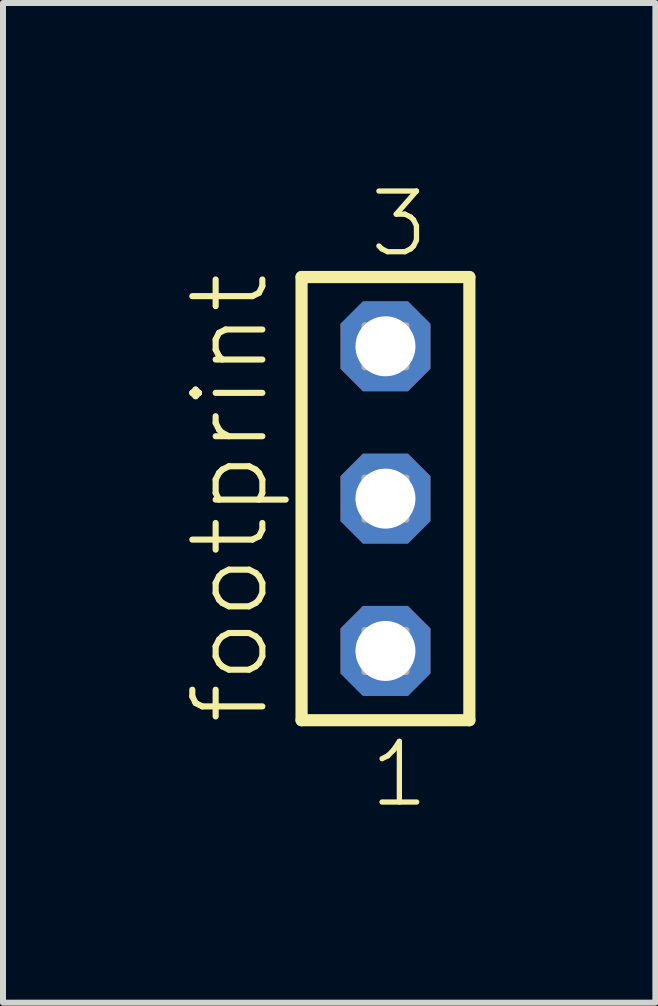
<source format=kicad_pcb>
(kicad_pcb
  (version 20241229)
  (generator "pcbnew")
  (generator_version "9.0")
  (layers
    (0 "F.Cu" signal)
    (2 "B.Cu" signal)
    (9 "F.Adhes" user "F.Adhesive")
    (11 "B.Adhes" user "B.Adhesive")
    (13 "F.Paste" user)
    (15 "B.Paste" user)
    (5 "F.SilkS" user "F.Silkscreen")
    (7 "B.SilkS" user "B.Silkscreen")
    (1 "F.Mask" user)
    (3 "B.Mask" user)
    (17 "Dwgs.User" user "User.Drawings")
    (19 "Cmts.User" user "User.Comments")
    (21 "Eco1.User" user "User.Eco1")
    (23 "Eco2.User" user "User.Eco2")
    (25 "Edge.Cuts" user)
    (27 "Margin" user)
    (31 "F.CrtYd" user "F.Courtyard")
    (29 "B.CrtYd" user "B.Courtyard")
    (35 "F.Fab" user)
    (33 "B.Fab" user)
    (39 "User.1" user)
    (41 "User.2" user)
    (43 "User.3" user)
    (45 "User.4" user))
  (footprint "footprint"
    (layer "F.Cu")
    (at 3.378 5.265)
    (property "Reference" "footprint" (at -1.905 3.81 90) (layer "F.SilkS") (effects (font (size 1.168 1.168) (thickness 0.102)) (justify left bottom)))
    (fp_line (start -1.399 -3.695) (end 1.399 -3.695) (stroke (width 0.203) (type solid)) (layer "F.SilkS"))
    (fp_line (start -1.399 3.695) (end -1.399 -3.695) (stroke (width 0.203) (type solid)) (layer "F.SilkS"))
    (fp_line (start 1.399 -3.695) (end 1.399 3.695) (stroke (width 0.203) (type solid)) (layer "F.SilkS"))
    (fp_line (start 1.399 3.695) (end -1.399 3.695) (stroke (width 0.203) (type solid)) (layer "F.SilkS"))
    (fp_poly (pts (xy -0.35 -2.19) (xy 0.35 -2.19) (xy 0.35 -2.89) (xy -0.35 -2.89)) (stroke (width 0.1) (type solid)) (fill no) (layer "F.Fab"))
    (fp_poly (pts (xy -0.35 0.35) (xy 0.35 0.35) (xy 0.35 -0.35) (xy -0.35 -0.35)) (stroke (width 0.1) (type solid)) (fill no) (layer "F.Fab"))
    (fp_poly (pts (xy -0.35 2.89) (xy 0.35 2.89) (xy 0.35 2.19) (xy -0.35 2.19)) (stroke (width 0.1) (type solid)) (fill no) (layer "F.Fab"))
    (fp_text user "3" (at -0.312 -3.989 0) (layer "F.SilkS") (effects (font (size 1.012 1.012) (thickness 0.088)) (justify left bottom)))
    (fp_text user "1" (at -0.308 5.188 0) (layer "F.SilkS") (effects (font (size 1.012 1.012) (thickness 0.088)) (justify left bottom)))
    (pad "1" thru_hole roundrect (at 0 2.54 180) (size 1.5 1.5) (drill 1) (layers "*.Cu" "*.Mask") (roundrect_rratio 0.25) (chamfer_ratio 0.25) (chamfer top_left top_right bottom_left bottom_right))
    (pad "2" thru_hole roundrect (at 0 0 180) (size 1.5 1.5) (drill 1) (layers "*.Cu" "*.Mask") (roundrect_rratio 0.25) (chamfer_ratio 0.25) (chamfer top_left top_right bottom_left bottom_right))
    (pad "3" thru_hole roundrect (at 0 -2.54 180) (size 1.5 1.5) (drill 1) (layers "*.Cu" "*.Mask") (roundrect_rratio 0.25) (chamfer_ratio 0.25) (chamfer top_left top_right bottom_left bottom_right)))
  (gr_rect
    (start -3 -3)
    (end 7.879 13.67)
    (stroke (width 0.1) (type default))
    (fill no)
    (layer "Edge.Cuts")))
</source>
